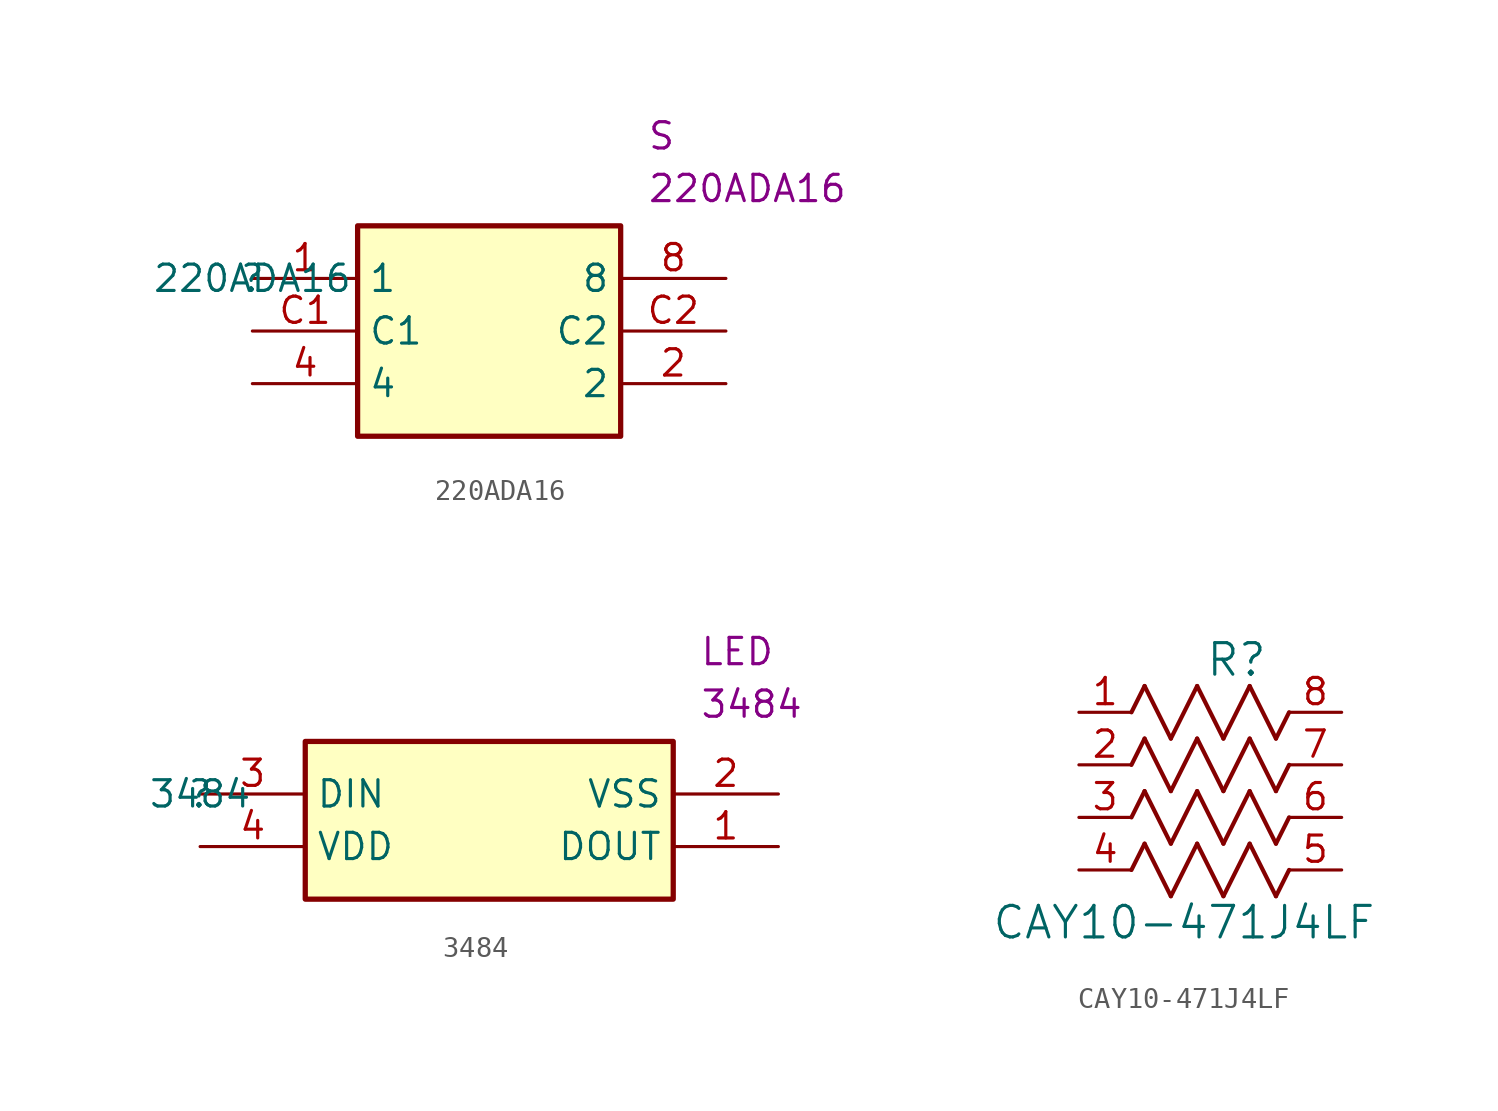
<source format=kicad_sym>
(kicad_symbol_lib
  (version 20211014)
  (generator kicad_symbol_editor)
  (symbol "220ADA16"
    (property "Reference" ""
      (at 0 0 0)
      (effects (font (size 1.27 1.27))))
    (property "Value" "220ADA16"
      (at 0 0 0)
      (effects (font (size 1.27 1.27))))
    (property "Reference_1" "S"
      (at 19.05 7.62 0)
      (effects (font (size 1.27 1.27)) (justify left top)))
    (property "Value_1" "220ADA16"
      (at 19.05 5.08 0)
      (effects (font (size 1.27 1.27)) (justify left top)))
    (symbol "220ADA16_1_1"
      (rectangle (start 5.08 2.54) (end 17.78 -7.62) (stroke (width 0.254) (type default) (color 0 0 0 0)) (fill (type background)))
      (pin passive line (at 0 0 0) (length 5.08) (name "1" (effects (font (size 1.27 1.27)))) (number "1" (effects (font (size 1.27 1.27)))))
      (pin passive line (at 22.86 -5.08 180) (length 5.08) (name "2" (effects (font (size 1.27 1.27)))) (number "2" (effects (font (size 1.27 1.27)))))
      (pin passive line (at 0 -5.08 0) (length 5.08) (name "4" (effects (font (size 1.27 1.27)))) (number "4" (effects (font (size 1.27 1.27)))))
      (pin passive line (at 22.86 0 180) (length 5.08) (name "8" (effects (font (size 1.27 1.27)))) (number "8" (effects (font (size 1.27 1.27)))))
      (pin passive line (at 0 -2.54 0) (length 5.08) (name "C1" (effects (font (size 1.27 1.27)))) (number "C1" (effects (font (size 1.27 1.27)))))
      (pin passive line (at 22.86 -2.54 180) (length 5.08) (name "C2" (effects (font (size 1.27 1.27)))) (number "C2" (effects (font (size 1.27 1.27)))))))
  (symbol "3484"
    (property "Reference" ""
      (at 0 0 0)
      (effects (font (size 1.27 1.27))))
    (property "Value" "3484"
      (at 0 0 0)
      (effects (font (size 1.27 1.27))))
    (property "Reference_1" "LED"
      (at 24.13 7.62 0)
      (effects (font (size 1.27 1.27)) (justify left top)))
    (property "Value_1" "3484"
      (at 24.13 5.08 0)
      (effects (font (size 1.27 1.27)) (justify left top)))
    (symbol "3484_1_1"
      (rectangle (start 5.08 2.54) (end 22.86 -5.08) (stroke (width 0.254) (type default) (color 0 0 0 0)) (fill (type background)))
      (pin passive line (at 27.94 -2.54 180) (length 5.08) (name "DOUT" (effects (font (size 1.27 1.27)))) (number "1" (effects (font (size 1.27 1.27)))))
      (pin passive line (at 27.94 0 180) (length 5.08) (name "VSS" (effects (font (size 1.27 1.27)))) (number "2" (effects (font (size 1.27 1.27)))))
      (pin passive line (at 0 0 0) (length 5.08) (name "DIN" (effects (font (size 1.27 1.27)))) (number "3" (effects (font (size 1.27 1.27)))))
      (pin passive line (at 0 -2.54 0) (length 5.08) (name "VDD" (effects (font (size 1.27 1.27)))) (number "4" (effects (font (size 1.27 1.27)))))))
  (symbol "CAY10-471J4LF"
    (pin_names
      (offset 0.254))
    (property "Reference" "R"
      (at 7.62 2.54 0)
      (effects (font (size 1.524 1.524))))
    (property "Value" "CAY10-471J4LF"
      (at 5.08 -10.16 0)
      (effects (font (size 1.524 1.524))))
    (property "ki_locked" ""
      (at 0 0 0)
      (effects (font (size 1.27 1.27))))
    (symbol "CAY10-471J4LF_0_1"
      (polyline (pts (xy 2.54 -7.62) (xy 3.175 -6.35)) (stroke (width 0.203) (type default) (color 0 0 0 0)) (fill (type none)))
      (polyline (pts (xy 2.54 -5.08) (xy 3.175 -3.81)) (stroke (width 0.203) (type default) (color 0 0 0 0)) (fill (type none)))
      (polyline (pts (xy 2.54 -2.54) (xy 3.175 -1.27)) (stroke (width 0.203) (type default) (color 0 0 0 0)) (fill (type none)))
      (polyline (pts (xy 2.54 0) (xy 3.175 1.27)) (stroke (width 0.203) (type default) (color 0 0 0 0)) (fill (type none)))
      (polyline (pts (xy 3.175 -6.35) (xy 4.445 -8.89)) (stroke (width 0.203) (type default) (color 0 0 0 0)) (fill (type none)))
      (polyline (pts (xy 3.175 -3.81) (xy 4.445 -6.35)) (stroke (width 0.203) (type default) (color 0 0 0 0)) (fill (type none)))
      (polyline (pts (xy 3.175 -1.27) (xy 4.445 -3.81)) (stroke (width 0.203) (type default) (color 0 0 0 0)) (fill (type none)))
      (polyline (pts (xy 3.175 1.27) (xy 4.445 -1.27)) (stroke (width 0.203) (type default) (color 0 0 0 0)) (fill (type none)))
      (polyline (pts (xy 4.445 -8.89) (xy 5.715 -6.35)) (stroke (width 0.203) (type default) (color 0 0 0 0)) (fill (type none)))
      (polyline (pts (xy 4.445 -6.35) (xy 5.715 -3.81)) (stroke (width 0.203) (type default) (color 0 0 0 0)) (fill (type none)))
      (polyline (pts (xy 4.445 -3.81) (xy 5.715 -1.27)) (stroke (width 0.203) (type default) (color 0 0 0 0)) (fill (type none)))
      (polyline (pts (xy 4.445 -1.27) (xy 5.715 1.27)) (stroke (width 0.203) (type default) (color 0 0 0 0)) (fill (type none)))
      (polyline (pts (xy 5.715 -6.35) (xy 6.985 -8.89)) (stroke (width 0.203) (type default) (color 0 0 0 0)) (fill (type none)))
      (polyline (pts (xy 5.715 -3.81) (xy 6.985 -6.35)) (stroke (width 0.203) (type default) (color 0 0 0 0)) (fill (type none)))
      (polyline (pts (xy 5.715 -1.27) (xy 6.985 -3.81)) (stroke (width 0.203) (type default) (color 0 0 0 0)) (fill (type none)))
      (polyline (pts (xy 5.715 1.27) (xy 6.985 -1.27)) (stroke (width 0.203) (type default) (color 0 0 0 0)) (fill (type none)))
      (polyline (pts (xy 6.985 -8.89) (xy 8.255 -6.35)) (stroke (width 0.203) (type default) (color 0 0 0 0)) (fill (type none)))
      (polyline (pts (xy 6.985 -6.35) (xy 8.255 -3.81)) (stroke (width 0.203) (type default) (color 0 0 0 0)) (fill (type none)))
      (polyline (pts (xy 6.985 -3.81) (xy 8.255 -1.27)) (stroke (width 0.203) (type default) (color 0 0 0 0)) (fill (type none)))
      (polyline (pts (xy 6.985 -1.27) (xy 8.255 1.27)) (stroke (width 0.203) (type default) (color 0 0 0 0)) (fill (type none)))
      (polyline (pts (xy 8.255 -6.35) (xy 9.525 -8.89)) (stroke (width 0.203) (type default) (color 0 0 0 0)) (fill (type none)))
      (polyline (pts (xy 8.255 -3.81) (xy 9.525 -6.35)) (stroke (width 0.203) (type default) (color 0 0 0 0)) (fill (type none)))
      (polyline (pts (xy 8.255 -1.27) (xy 9.525 -3.81)) (stroke (width 0.203) (type default) (color 0 0 0 0)) (fill (type none)))
      (polyline (pts (xy 8.255 1.27) (xy 9.525 -1.27)) (stroke (width 0.203) (type default) (color 0 0 0 0)) (fill (type none)))
      (polyline (pts (xy 9.525 -8.89) (xy 10.16 -7.62)) (stroke (width 0.203) (type default) (color 0 0 0 0)) (fill (type none)))
      (polyline (pts (xy 9.525 -6.35) (xy 10.16 -5.08)) (stroke (width 0.203) (type default) (color 0 0 0 0)) (fill (type none)))
      (polyline (pts (xy 9.525 -3.81) (xy 10.16 -2.54)) (stroke (width 0.203) (type default) (color 0 0 0 0)) (fill (type none)))
      (polyline (pts (xy 9.525 -1.27) (xy 10.16 0)) (stroke (width 0.203) (type default) (color 0 0 0 0)) (fill (type none)))
      (pin unspecified line (at 0 0 0) (length 2.54) (name "" (effects (font (size 1.27 1.27)))) (number "1" (effects (font (size 1.27 1.27)))))
      (pin unspecified line (at 0 -2.54 0) (length 2.54) (name "" (effects (font (size 1.27 1.27)))) (number "2" (effects (font (size 1.27 1.27)))))
      (pin unspecified line (at 0 -5.08 0) (length 2.54) (name "" (effects (font (size 1.27 1.27)))) (number "3" (effects (font (size 1.27 1.27)))))
      (pin unspecified line (at 0 -7.62 0) (length 2.54) (name "" (effects (font (size 1.27 1.27)))) (number "4" (effects (font (size 1.27 1.27)))))
      (pin unspecified line (at 12.7 -7.62 180) (length 2.54) (name "" (effects (font (size 1.27 1.27)))) (number "5" (effects (font (size 1.27 1.27)))))
      (pin unspecified line (at 12.7 -5.08 180) (length 2.54) (name "" (effects (font (size 1.27 1.27)))) (number "6" (effects (font (size 1.27 1.27)))))
      (pin unspecified line (at 12.7 -2.54 180) (length 2.54) (name "" (effects (font (size 1.27 1.27)))) (number "7" (effects (font (size 1.27 1.27)))))
      (pin unspecified line (at 12.7 0 180) (length 2.54) (name "" (effects (font (size 1.27 1.27)))) (number "8" (effects (font (size 1.27 1.27))))))))
</source>
